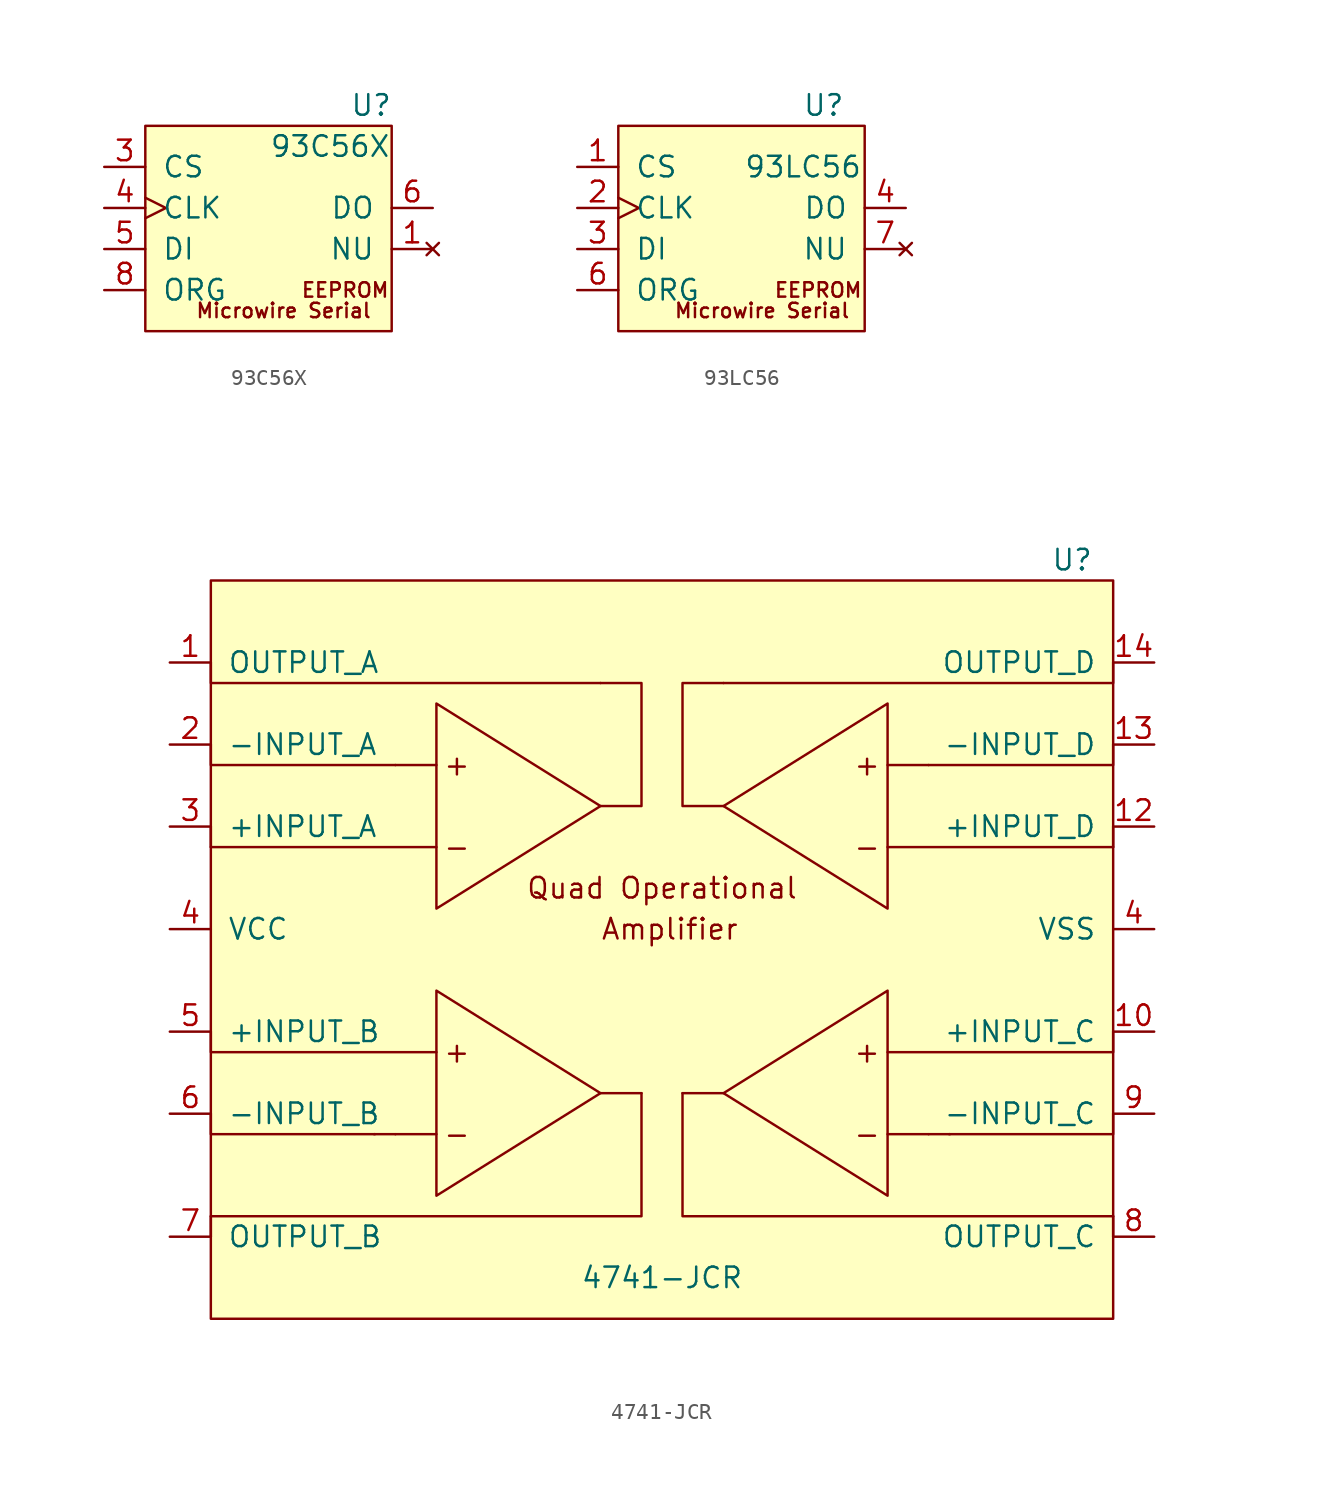
<source format=kicad_sym>
(kicad_symbol_lib
  (version 20211014)
  (generator kicad_symbol_editor)
  (symbol "93C56X"
    (pin_names
      (offset 1.016))
    (property "Reference" "U"
      (at 6.35 7.62 0)
      (effects (font (size 1.27 1.27))))
    (property "Value" "93C56X"
      (at 3.81 5.08 0)
      (effects (font (size 1.27 1.27))))
    (symbol "93C56X_1_1"
      (rectangle (start -7.62 6.35) (end 7.62 -6.35) (stroke (width 0) (type default) (color 0 0 0 0)) (fill (type background)))
      (text "EEPROM " (at 5.08 -3.81 0) (effects (font (size 0.889 0.889))))
      (text "Microwire Serial " (at 1.27 -5.08 0) (effects (font (size 0.889 0.889))))
      (pin no_connect line (at 10.16 -1.27 180) (length 2.54) (name "NU" (effects (font (size 1.27 1.27)))) (number "1" (effects (font (size 1.27 1.27)))))
      (pin power_in line (at 0 6.35 270) (length 2.54) hide (name "VCC" (effects (font (size 1.27 1.27)))) (number "2" (effects (font (size 1.27 1.27)))))
      (pin input line (at -10.16 3.81 0) (length 2.54) (name "CS" (effects (font (size 1.27 1.27)))) (number "3" (effects (font (size 1.27 1.27)))))
      (pin input clock (at -10.16 1.27 0) (length 2.54) (name "CLK" (effects (font (size 1.27 1.27)))) (number "4" (effects (font (size 1.27 1.27)))))
      (pin input line (at -10.16 -1.27 0) (length 2.54) (name "DI" (effects (font (size 1.27 1.27)))) (number "5" (effects (font (size 1.27 1.27)))))
      (pin output line (at 10.16 1.27 180) (length 2.54) (name "DO" (effects (font (size 1.27 1.27)))) (number "6" (effects (font (size 1.27 1.27)))))
      (pin power_in line (at 0 -6.35 90) (length 2.54) hide (name "VSS" (effects (font (size 1.27 1.27)))) (number "7" (effects (font (size 1.27 1.27)))))
      (pin input line (at -10.16 -3.81 0) (length 2.54) (name "ORG" (effects (font (size 1.27 1.27)))) (number "8" (effects (font (size 1.27 1.27)))))))
  (symbol "93LC56"
    (pin_names
      (offset 1.016))
    (property "Reference" "U"
      (at 5.08 7.62 0)
      (effects (font (size 1.27 1.27))))
    (property "Value" "93LC56"
      (at 3.81 3.81 0)
      (effects (font (size 1.27 1.27))))
    (symbol "93LC56_0_0"
      (text "EEPROM " (at 5.08 -3.81 0) (effects (font (size 0.889 0.889))))
      (text "Microwire Serial" (at 1.27 -5.08 0) (effects (font (size 0.889 0.889)))))
    (symbol "93LC56_0_1"
      (rectangle (start -7.62 6.35) (end 7.62 -6.35) (stroke (width 0) (type default) (color 0 0 0 0)) (fill (type background))))
    (symbol "93LC56_1_1"
      (pin input line (at -10.16 3.81 0) (length 2.54) (name "CS" (effects (font (size 1.27 1.27)))) (number "1" (effects (font (size 1.27 1.27)))))
      (pin input clock (at -10.16 1.27 0) (length 2.54) (name "CLK" (effects (font (size 1.27 1.27)))) (number "2" (effects (font (size 1.27 1.27)))))
      (pin input line (at -10.16 -1.27 0) (length 2.54) (name "DI" (effects (font (size 1.27 1.27)))) (number "3" (effects (font (size 1.27 1.27)))))
      (pin output line (at 10.16 1.27 180) (length 2.54) (name "DO" (effects (font (size 1.27 1.27)))) (number "4" (effects (font (size 1.27 1.27)))))
      (pin power_in line (at 0 -6.35 90) (length 2.54) hide (name "VSS" (effects (font (size 1.27 1.27)))) (number "5" (effects (font (size 1.27 1.27)))))
      (pin input line (at -10.16 -3.81 0) (length 2.54) (name "ORG" (effects (font (size 1.27 1.27)))) (number "6" (effects (font (size 1.27 1.27)))))
      (pin no_connect line (at 10.16 -1.27 180) (length 2.54) (name "NU" (effects (font (size 1.27 1.27)))) (number "7" (effects (font (size 1.27 1.27)))))
      (pin power_in line (at 0 6.35 270) (length 2.54) hide (name "VCC" (effects (font (size 1.27 1.27)))) (number "8" (effects (font (size 1.27 1.27)))))))
  (symbol "4741-JCR"
    (pin_names
      (offset 1.016))
    (property "Reference" "U"
      (at 25.4 24.13 0)
      (effects (font (size 1.27 1.27))))
    (property "Value" "4741-JCR"
      (at 0 -20.32 0)
      (effects (font (size 1.27 1.27))))
    (symbol "4741-JCR_0_0"
      (rectangle (start -27.94 22.86) (end 27.94 -22.86) (stroke (width 0) (type default) (color 0 0 0 0)) (fill (type background)))
      (text " Amplifier" (at 0 1.27 0) (effects (font (size 1.27 1.27))))
      (text "Quad Operational" (at 0 3.81 0) (effects (font (size 1.27 1.27)))))
    (symbol "4741-JCR_0_1"
      (polyline (pts (xy -27.94 -16.51) (xy -27.94 -17.78)) (stroke (width 0) (type default) (color 0 0 0 0)) (fill (type none)))
      (polyline (pts (xy -27.94 7.62) (xy -27.94 6.35)) (stroke (width 0) (type default) (color 0 0 0 0)) (fill (type none)))
      (polyline (pts (xy 27.94 -16.51) (xy 27.94 -17.78)) (stroke (width 0) (type default) (color 0 0 0 0)) (fill (type none)))
      (polyline (pts (xy 27.94 7.62) (xy 27.94 6.35)) (stroke (width 0) (type default) (color 0 0 0 0)) (fill (type none)))
      (polyline (pts (xy -27.94 -10.16) (xy -27.94 -11.43) (xy -17.78 -11.43)) (stroke (width 0) (type default) (color 0 0 0 0)) (fill (type none)))
      (polyline (pts (xy -27.94 17.78) (xy -27.94 16.51) (xy -3.81 16.51)) (stroke (width 0) (type default) (color 0 0 0 0)) (fill (type none)))
      (polyline (pts (xy -16.51 11.43) (xy -27.94 11.43) (xy -27.94 12.7)) (stroke (width 0) (type default) (color 0 0 0 0)) (fill (type none)))
      (polyline (pts (xy -13.97 -6.35) (xy -27.94 -6.35) (xy -27.94 -5.08)) (stroke (width 0) (type default) (color 0 0 0 0)) (fill (type none)))
      (polyline (pts (xy -1.27 -8.89) (xy -1.27 -16.51) (xy -27.94 -16.51)) (stroke (width 0) (type default) (color 0 0 0 0)) (fill (type none)))
      (polyline (pts (xy 1.27 -8.89) (xy 1.27 -16.51) (xy 27.94 -16.51)) (stroke (width 0) (type default) (color 0 0 0 0)) (fill (type none)))
      (polyline (pts (xy 13.97 -6.35) (xy 27.94 -6.35) (xy 27.94 -5.08)) (stroke (width 0) (type default) (color 0 0 0 0)) (fill (type none)))
      (polyline (pts (xy 16.51 11.43) (xy 27.94 11.43) (xy 27.94 12.7)) (stroke (width 0) (type default) (color 0 0 0 0)) (fill (type none)))
      (polyline (pts (xy 27.94 -10.16) (xy 27.94 -11.43) (xy 17.78 -11.43)) (stroke (width 0) (type default) (color 0 0 0 0)) (fill (type none)))
      (polyline (pts (xy 27.94 17.78) (xy 27.94 16.51) (xy 3.81 16.51)) (stroke (width 0) (type default) (color 0 0 0 0)) (fill (type none)))
      (polyline (pts (xy -3.81 16.51) (xy -1.27 16.51) (xy -1.27 8.89) (xy -3.81 8.89)) (stroke (width 0) (type default) (color 0 0 0 0)) (fill (type none)))
      (polyline (pts (xy 3.81 16.51) (xy 1.27 16.51) (xy 1.27 8.89) (xy 3.81 8.89)) (stroke (width 0) (type default) (color 0 0 0 0)) (fill (type none))))
    (symbol "4741-JCR_1_1"
      (polyline (pts (xy -17.831 -11.43) (xy -16.51 -11.43)) (stroke (width 0) (type default) (color 0 0 0 0)) (fill (type none)))
      (polyline (pts (xy -16.51 -11.43) (xy -13.97 -11.43)) (stroke (width 0) (type default) (color 0 0 0 0)) (fill (type none)))
      (polyline (pts (xy -13.97 11.43) (xy -16.51 11.43)) (stroke (width 0) (type default) (color 0 0 0 0)) (fill (type none)))
      (polyline (pts (xy -1.27 -8.89) (xy -3.81 -8.89)) (stroke (width 0) (type default) (color 0 0 0 0)) (fill (type none)))
      (polyline (pts (xy 1.27 -8.89) (xy 3.81 -8.89)) (stroke (width 0) (type default) (color 0 0 0 0)) (fill (type none)))
      (polyline (pts (xy 13.97 11.43) (xy 16.51 11.43)) (stroke (width 0) (type default) (color 0 0 0 0)) (fill (type none)))
      (polyline (pts (xy 16.51 -11.43) (xy 13.97 -11.43)) (stroke (width 0) (type default) (color 0 0 0 0)) (fill (type none)))
      (polyline (pts (xy 17.831 -11.43) (xy 16.51 -11.43)) (stroke (width 0) (type default) (color 0 0 0 0)) (fill (type none)))
      (polyline (pts (xy -13.97 6.35) (xy -17.78 6.35) (xy -27.94 6.35)) (stroke (width 0) (type default) (color 0 0 0 0)) (fill (type none)))
      (polyline (pts (xy 13.97 6.35) (xy 17.78 6.35) (xy 27.94 6.35)) (stroke (width 0) (type default) (color 0 0 0 0)) (fill (type none)))
      (polyline (pts (xy -3.81 -8.89) (xy -13.97 -2.54) (xy -13.97 -15.24) (xy -3.81 -8.89)) (stroke (width 0) (type default) (color 0 0 0 0)) (fill (type background)))
      (polyline (pts (xy -3.81 8.89) (xy -13.97 2.54) (xy -13.97 15.24) (xy -3.81 8.89)) (stroke (width 0) (type default) (color 0 0 0 0)) (fill (type none)))
      (polyline (pts (xy 3.81 -8.89) (xy 13.97 -2.54) (xy 13.97 -15.24) (xy 3.81 -8.89)) (stroke (width 0) (type default) (color 0 0 0 0)) (fill (type background)))
      (polyline (pts (xy 3.81 8.89) (xy 13.97 2.54) (xy 13.97 15.24) (xy 3.81 8.89)) (stroke (width 0) (type default) (color 0 0 0 0)) (fill (type none)))
      (text "+" (at -12.7 -6.35 0) (effects (font (size 1.27 1.27))))
      (text "+" (at -12.7 11.43 0) (effects (font (size 1.27 1.27))))
      (text "+" (at 12.7 -6.35 0) (effects (font (size 1.27 1.27))))
      (text "+" (at 12.7 11.43 0) (effects (font (size 1.27 1.27))))
      (text "-" (at -12.7 -11.43 0) (effects (font (size 1.27 1.27))))
      (text "-" (at -12.7 6.35 0) (effects (font (size 1.27 1.27))))
      (text "-" (at 12.7 -11.43 0) (effects (font (size 1.27 1.27))))
      (text "-" (at 12.7 6.35 0) (effects (font (size 1.27 1.27))))
      (pin output line (at -30.48 17.78 0) (length 2.54) (name "OUTPUT_A" (effects (font (size 1.27 1.27)))) (number "1" (effects (font (size 1.27 1.27)))))
      (pin input line (at 30.48 -5.08 180) (length 2.54) (name "+INPUT_C" (effects (font (size 1.27 1.27)))) (number "10" (effects (font (size 1.27 1.27)))))
      (pin input line (at 30.48 7.62 180) (length 2.54) (name "+INPUT_D" (effects (font (size 1.27 1.27)))) (number "12" (effects (font (size 1.27 1.27)))))
      (pin input line (at 30.48 12.7 180) (length 2.54) (name "-INPUT_D" (effects (font (size 1.27 1.27)))) (number "13" (effects (font (size 1.27 1.27)))))
      (pin output line (at 30.48 17.78 180) (length 2.54) (name "OUTPUT_D" (effects (font (size 1.27 1.27)))) (number "14" (effects (font (size 1.27 1.27)))))
      (pin input line (at -30.48 12.7 0) (length 2.54) (name "-INPUT_A" (effects (font (size 1.27 1.27)))) (number "2" (effects (font (size 1.27 1.27)))))
      (pin input line (at -30.48 7.62 0) (length 2.54) (name "+INPUT_A" (effects (font (size 1.27 1.27)))) (number "3" (effects (font (size 1.27 1.27)))))
      (pin power_in line (at -30.48 1.27 0) (length 2.54) (name "VCC" (effects (font (size 1.27 1.27)))) (number "4" (effects (font (size 1.27 1.27)))))
      (pin power_in line (at 30.48 1.27 180) (length 2.54) (name "VSS" (effects (font (size 1.27 1.27)))) (number "4" (effects (font (size 1.27 1.27)))))
      (pin input line (at -30.48 -5.08 0) (length 2.54) (name "+INPUT_B" (effects (font (size 1.27 1.27)))) (number "5" (effects (font (size 1.27 1.27)))))
      (pin input line (at -30.48 -10.16 0) (length 2.54) (name "-INPUT_B" (effects (font (size 1.27 1.27)))) (number "6" (effects (font (size 1.27 1.27)))))
      (pin output line (at -30.48 -17.78 0) (length 2.54) (name "OUTPUT_B" (effects (font (size 1.27 1.27)))) (number "7" (effects (font (size 1.27 1.27)))))
      (pin output line (at 30.48 -17.78 180) (length 2.54) (name "OUTPUT_C" (effects (font (size 1.27 1.27)))) (number "8" (effects (font (size 1.27 1.27)))))
      (pin input line (at 30.48 -10.16 180) (length 2.54) (name "-INPUT_C" (effects (font (size 1.27 1.27)))) (number "9" (effects (font (size 1.27 1.27))))))))
</source>
